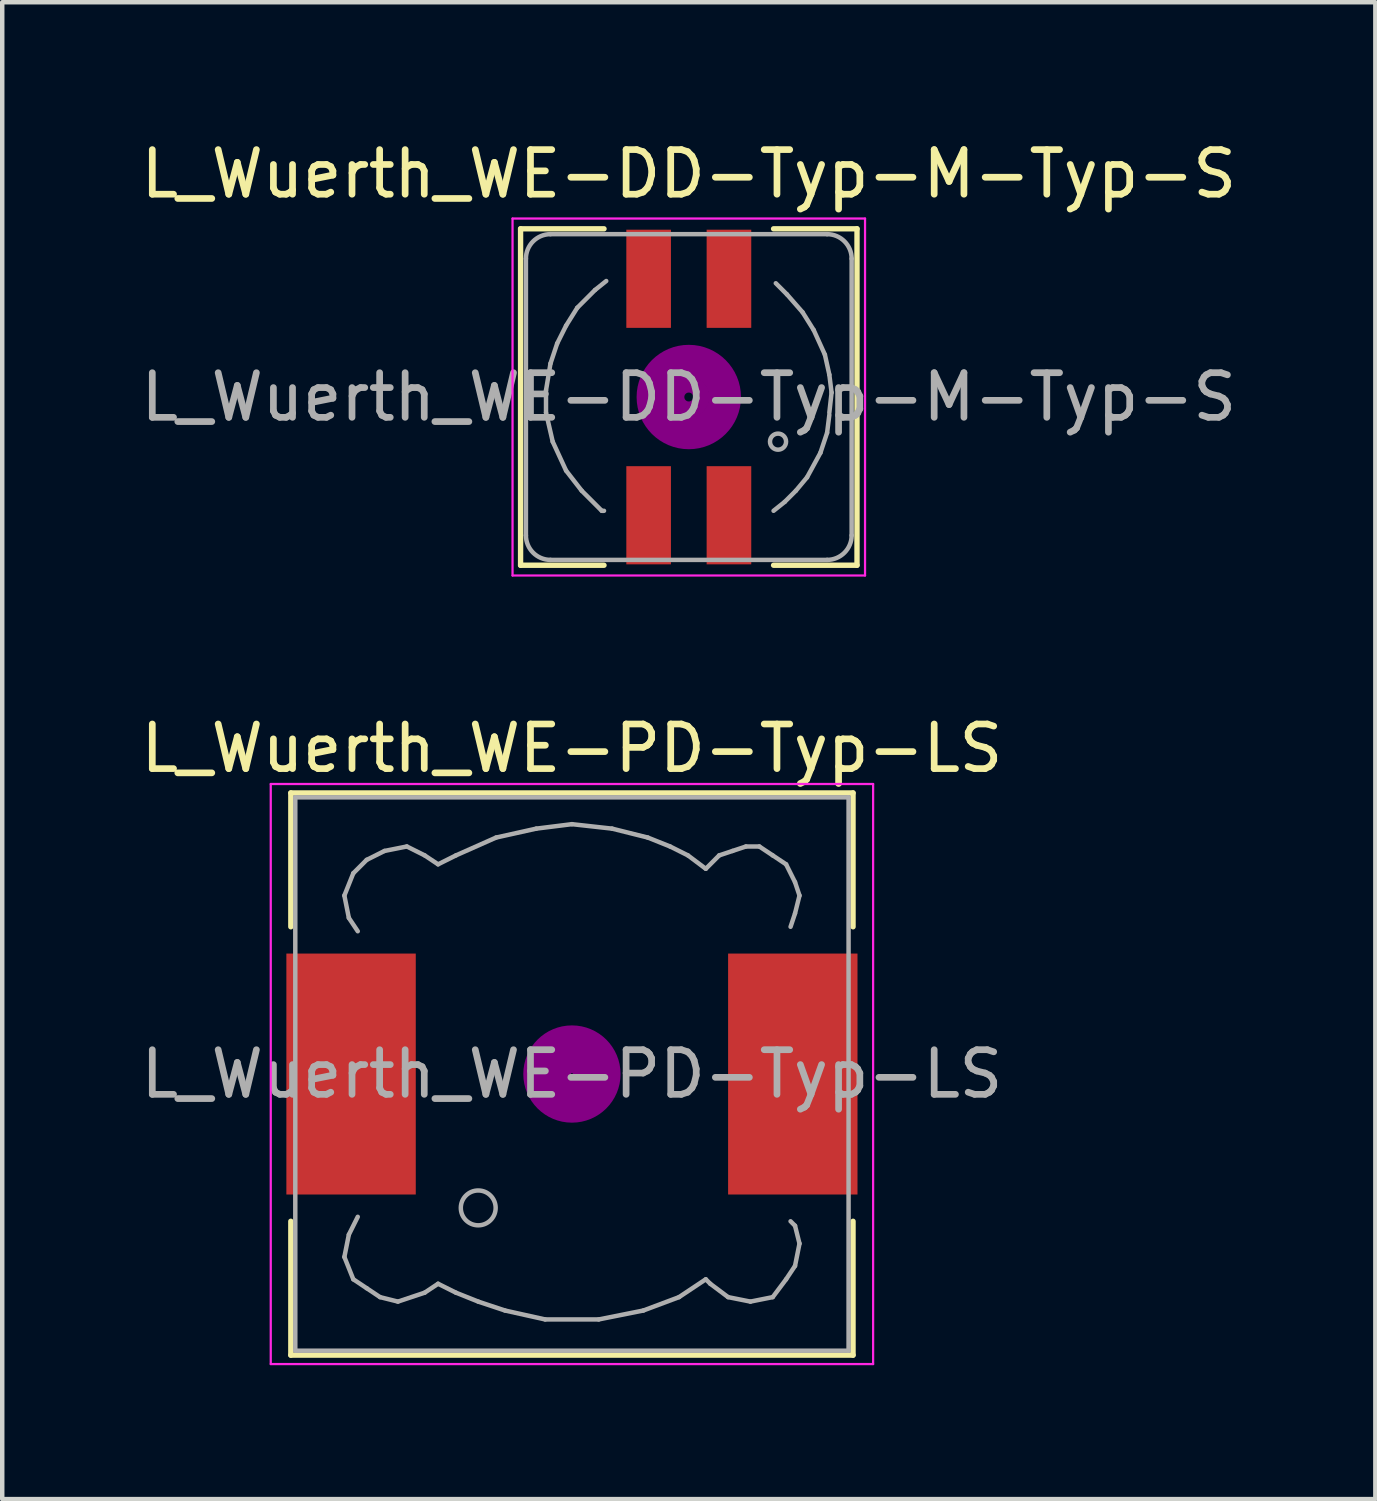
<source format=kicad_pcb>
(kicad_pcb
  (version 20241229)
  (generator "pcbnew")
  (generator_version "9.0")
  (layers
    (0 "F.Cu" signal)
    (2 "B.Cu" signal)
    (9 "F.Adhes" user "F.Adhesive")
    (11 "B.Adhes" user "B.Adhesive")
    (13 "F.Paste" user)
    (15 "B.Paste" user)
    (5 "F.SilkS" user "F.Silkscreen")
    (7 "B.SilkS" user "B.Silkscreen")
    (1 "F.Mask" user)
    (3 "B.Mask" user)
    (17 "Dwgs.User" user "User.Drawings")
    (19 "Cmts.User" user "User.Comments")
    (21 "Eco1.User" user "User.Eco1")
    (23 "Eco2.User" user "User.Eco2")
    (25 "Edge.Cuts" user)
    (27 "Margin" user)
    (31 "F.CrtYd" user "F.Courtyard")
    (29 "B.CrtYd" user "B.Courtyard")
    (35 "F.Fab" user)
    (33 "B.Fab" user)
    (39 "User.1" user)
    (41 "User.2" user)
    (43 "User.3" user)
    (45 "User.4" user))
  (footprint "L_Wuerth_WE-PD-Typ-LS"
    (layer "F.Cu")
    (at 9.768 21.021)
    (property "Reference" "L_Wuerth_WE-PD-Typ-LS" (at 0 -7.3 0) (layer "F.SilkS") (effects (font (size 1 1) (thickness 0.15))))
    (attr smd)
    (fp_line (start -6.3 -6.3) (end 6.3 -6.3) (stroke (width 0.12) (type solid)) (layer "F.SilkS"))
    (fp_line (start -6.3 -3.3) (end -6.3 -6.3) (stroke (width 0.12) (type solid)) (layer "F.SilkS"))
    (fp_line (start -6.3 6.3) (end -6.3 3.3) (stroke (width 0.12) (type solid)) (layer "F.SilkS"))
    (fp_line (start 6.3 -6.3) (end 6.3 -3.3) (stroke (width 0.12) (type solid)) (layer "F.SilkS"))
    (fp_line (start 6.3 3.3) (end 6.3 6.3) (stroke (width 0.12) (type solid)) (layer "F.SilkS"))
    (fp_line (start 6.3 6.3) (end -6.3 6.3) (stroke (width 0.12) (type solid)) (layer "F.SilkS"))
    (fp_circle (center 0 0) (end 0.15 0.15) (stroke (width 0.38) (type solid)) (fill no) (layer "F.Adhes"))
    (fp_circle (center 0 0) (end 0.55 0) (stroke (width 0.38) (type solid)) (fill no) (layer "F.Adhes"))
    (fp_circle (center 0 0) (end 0.9 0) (stroke (width 0.38) (type solid)) (fill no) (layer "F.Adhes"))
    (fp_line (start -6.75 -6.5) (end 6.75 -6.5) (stroke (width 0.05) (type solid)) (layer "F.CrtYd"))
    (fp_line (start -6.75 6.5) (end -6.75 -6.5) (stroke (width 0.05) (type solid)) (layer "F.CrtYd"))
    (fp_line (start 6.75 -6.5) (end 6.75 6.5) (stroke (width 0.05) (type solid)) (layer "F.CrtYd"))
    (fp_line (start 6.75 6.5) (end -6.75 6.5) (stroke (width 0.05) (type solid)) (layer "F.CrtYd"))
    (fp_line (start -6.2 -6.2) (end -6.2 6.2) (stroke (width 0.1) (type solid)) (layer "F.Fab"))
    (fp_line (start -6.2 6.2) (end 6.2 6.2) (stroke (width 0.1) (type solid)) (layer "F.Fab"))
    (fp_line (start -5.1 -4) (end -5 -3.5) (stroke (width 0.1) (type solid)) (layer "F.Fab"))
    (fp_line (start -5.1 4.1) (end -5 3.6) (stroke (width 0.1) (type solid)) (layer "F.Fab"))
    (fp_line (start -5 -3.5) (end -4.8 -3.2) (stroke (width 0.1) (type solid)) (layer "F.Fab"))
    (fp_line (start -5 3.6) (end -4.8 3.2) (stroke (width 0.1) (type solid)) (layer "F.Fab"))
    (fp_line (start -4.9 -4.5) (end -5.1 -4) (stroke (width 0.1) (type solid)) (layer "F.Fab"))
    (fp_line (start -4.9 4.6) (end -5.1 4.1) (stroke (width 0.1) (type solid)) (layer "F.Fab"))
    (fp_line (start -4.6 -4.8) (end -4.9 -4.5) (stroke (width 0.1) (type solid)) (layer "F.Fab"))
    (fp_line (start -4.6 4.8) (end -4.9 4.6) (stroke (width 0.1) (type solid)) (layer "F.Fab"))
    (fp_line (start -4.3 5) (end -4.6 4.8) (stroke (width 0.1) (type solid)) (layer "F.Fab"))
    (fp_line (start -4.2 -5) (end -4.6 -4.8) (stroke (width 0.1) (type solid)) (layer "F.Fab"))
    (fp_line (start -3.9 5.1) (end -4.3 5) (stroke (width 0.1) (type solid)) (layer "F.Fab"))
    (fp_line (start -3.7 -5.1) (end -4.2 -5) (stroke (width 0.1) (type solid)) (layer "F.Fab"))
    (fp_line (start -3.3 -4.9) (end -3.7 -5.1) (stroke (width 0.1) (type solid)) (layer "F.Fab"))
    (fp_line (start -3.3 4.9) (end -3.9 5.1) (stroke (width 0.1) (type solid)) (layer "F.Fab"))
    (fp_line (start -3 -4.7) (end -3.3 -4.9) (stroke (width 0.1) (type solid)) (layer "F.Fab"))
    (fp_line (start -3 4.7) (end -3.3 4.9) (stroke (width 0.1) (type solid)) (layer "F.Fab"))
    (fp_line (start -2.6 -4.9) (end -3 -4.7) (stroke (width 0.1) (type solid)) (layer "F.Fab"))
    (fp_line (start -2.6 4.9) (end -3 4.7) (stroke (width 0.1) (type solid)) (layer "F.Fab"))
    (fp_line (start -2.1 5.1) (end -2.6 4.9) (stroke (width 0.1) (type solid)) (layer "F.Fab"))
    (fp_line (start -1.7 -5.3) (end -2.6 -4.9) (stroke (width 0.1) (type solid)) (layer "F.Fab"))
    (fp_line (start -1.5 5.3) (end -2.1 5.1) (stroke (width 0.1) (type solid)) (layer "F.Fab"))
    (fp_line (start -0.8 -5.5) (end -1.7 -5.3) (stroke (width 0.1) (type solid)) (layer "F.Fab"))
    (fp_line (start -0.6 5.5) (end -1.5 5.3) (stroke (width 0.1) (type solid)) (layer "F.Fab"))
    (fp_line (start 0 -5.6) (end -0.8 -5.5) (stroke (width 0.1) (type solid)) (layer "F.Fab"))
    (fp_line (start 0.6 5.5) (end -0.6 5.5) (stroke (width 0.1) (type solid)) (layer "F.Fab"))
    (fp_line (start 0.9 -5.5) (end 0 -5.6) (stroke (width 0.1) (type solid)) (layer "F.Fab"))
    (fp_line (start 1.6 5.3) (end 0.6 5.5) (stroke (width 0.1) (type solid)) (layer "F.Fab"))
    (fp_line (start 1.7 -5.3) (end 0.9 -5.5) (stroke (width 0.1) (type solid)) (layer "F.Fab"))
    (fp_line (start 2.2 -5.1) (end 1.7 -5.3) (stroke (width 0.1) (type solid)) (layer "F.Fab"))
    (fp_line (start 2.4 5) (end 1.6 5.3) (stroke (width 0.1) (type solid)) (layer "F.Fab"))
    (fp_line (start 2.6 -4.9) (end 2.2 -5.1) (stroke (width 0.1) (type solid)) (layer "F.Fab"))
    (fp_line (start 3 -4.6) (end 2.6 -4.9) (stroke (width 0.1) (type solid)) (layer "F.Fab"))
    (fp_line (start 3 4.6) (end 2.4 5) (stroke (width 0.1) (type solid)) (layer "F.Fab"))
    (fp_line (start 3.1 4.7) (end 3 4.6) (stroke (width 0.1) (type solid)) (layer "F.Fab"))
    (fp_line (start 3.3 -4.9) (end 3 -4.6) (stroke (width 0.1) (type solid)) (layer "F.Fab"))
    (fp_line (start 3.5 5) (end 3.1 4.7) (stroke (width 0.1) (type solid)) (layer "F.Fab"))
    (fp_line (start 3.6 -5) (end 3.3 -4.9) (stroke (width 0.1) (type solid)) (layer "F.Fab"))
    (fp_line (start 3.9 -5.1) (end 3.6 -5) (stroke (width 0.1) (type solid)) (layer "F.Fab"))
    (fp_line (start 4 5.1) (end 3.5 5) (stroke (width 0.1) (type solid)) (layer "F.Fab"))
    (fp_line (start 4.2 -5.1) (end 3.9 -5.1) (stroke (width 0.1) (type solid)) (layer "F.Fab"))
    (fp_line (start 4.5 -4.9) (end 4.2 -5.1) (stroke (width 0.1) (type solid)) (layer "F.Fab"))
    (fp_line (start 4.5 5) (end 4 5.1) (stroke (width 0.1) (type solid)) (layer "F.Fab"))
    (fp_line (start 4.8 -4.7) (end 4.5 -4.9) (stroke (width 0.1) (type solid)) (layer "F.Fab"))
    (fp_line (start 4.8 4.6) (end 4.5 5) (stroke (width 0.1) (type solid)) (layer "F.Fab"))
    (fp_line (start 4.9 -3.3) (end 5 -3.6) (stroke (width 0.1) (type solid)) (layer "F.Fab"))
    (fp_line (start 4.9 3.3) (end 5 3.4) (stroke (width 0.1) (type solid)) (layer "F.Fab"))
    (fp_line (start 5 -4.3) (end 4.8 -4.7) (stroke (width 0.1) (type solid)) (layer "F.Fab"))
    (fp_line (start 5 -3.6) (end 5.1 -4) (stroke (width 0.1) (type solid)) (layer "F.Fab"))
    (fp_line (start 5 3.4) (end 5.1 3.8) (stroke (width 0.1) (type solid)) (layer "F.Fab"))
    (fp_line (start 5 4.3) (end 4.8 4.6) (stroke (width 0.1) (type solid)) (layer "F.Fab"))
    (fp_line (start 5.1 -4) (end 5 -4.3) (stroke (width 0.1) (type solid)) (layer "F.Fab"))
    (fp_line (start 5.1 3.8) (end 5 4.3) (stroke (width 0.1) (type solid)) (layer "F.Fab"))
    (fp_line (start 6.2 -6.2) (end -6.2 -6.2) (stroke (width 0.1) (type solid)) (layer "F.Fab"))
    (fp_line (start 6.2 6.2) (end 6.2 -6.2) (stroke (width 0.1) (type solid)) (layer "F.Fab"))
    (fp_circle (center -2.1 3) (end -1.8 3.25) (stroke (width 0.1) (type solid)) (fill no) (layer "F.Fab"))
    (fp_text user "${REFERENCE}" (at 0 0 0) (layer "F.Fab") (effects (font (size 1 1) (thickness 0.15))))
    (pad "1" smd rect (at -4.95 0) (size 2.9 5.4) (layers "F.Cu" "F.Mask" "F.Paste"))
    (pad "2" smd rect (at 4.95 0) (size 2.9 5.4) (layers "F.Cu" "F.Mask" "F.Paste")))
  (footprint "L_Wuerth_WE-DD-Typ-M-Typ-S"
    (layer "F.Cu")
    (at 12.387 5.848)
    (property "Reference" "L_Wuerth_WE-DD-Typ-M-Typ-S" (at 0 -5 0) (layer "F.SilkS") (effects (font (size 1 1) (thickness 0.15))))
    (attr smd)
    (fp_line (start -3.77 -3.77) (end -1.9 -3.77) (stroke (width 0.12) (type solid)) (layer "F.SilkS"))
    (fp_line (start -3.77 3.77) (end -3.77 -3.77) (stroke (width 0.12) (type solid)) (layer "F.SilkS"))
    (fp_line (start -1.9 3.77) (end -3.77 3.77) (stroke (width 0.12) (type solid)) (layer "F.SilkS"))
    (fp_line (start 1.9 -3.77) (end 3.77 -3.77) (stroke (width 0.12) (type solid)) (layer "F.SilkS"))
    (fp_line (start 3.77 -3.77) (end 3.77 3.77) (stroke (width 0.12) (type solid)) (layer "F.SilkS"))
    (fp_line (start 3.77 3.77) (end 1.9 3.77) (stroke (width 0.12) (type solid)) (layer "F.SilkS"))
    (fp_circle (center 0 0) (end 0.1 0) (stroke (width 0.3) (type solid)) (fill no) (layer "F.Adhes"))
    (fp_circle (center 0 0) (end 0.3 -0.1) (stroke (width 0.3) (type solid)) (fill no) (layer "F.Adhes"))
    (fp_circle (center 0 0) (end 0.6 0) (stroke (width 0.3) (type solid)) (fill no) (layer "F.Adhes"))
    (fp_circle (center 0 0) (end 0.8 -0.1) (stroke (width 0.3) (type solid)) (fill no) (layer "F.Adhes"))
    (fp_circle (center 0 0) (end 1 -0.2) (stroke (width 0.3) (type solid)) (fill no) (layer "F.Adhes"))
    (fp_circle (center 0.8 0) (end 0.8 0) (stroke (width 0.3) (type solid)) (fill no) (layer "F.Adhes"))
    (fp_line (start -3.95 -4) (end 3.95 -4) (stroke (width 0.05) (type solid)) (layer "F.CrtYd"))
    (fp_line (start -3.95 4) (end -3.95 -4) (stroke (width 0.05) (type solid)) (layer "F.CrtYd"))
    (fp_line (start 3.95 -4) (end 3.95 4) (stroke (width 0.05) (type solid)) (layer "F.CrtYd"))
    (fp_line (start 3.95 4) (end -3.95 4) (stroke (width 0.05) (type solid)) (layer "F.CrtYd"))
    (fp_line (start -3.65 -3.1) (end -3.65 3.1) (stroke (width 0.1) (type solid)) (layer "F.Fab"))
    (fp_line (start -3.2 -0.15) (end -3.2 0.35) (stroke (width 0.1) (type solid)) (layer "F.Fab"))
    (fp_line (start -3.2 0.35) (end -3.05 1) (stroke (width 0.1) (type solid)) (layer "F.Fab"))
    (fp_line (start -3.1 -0.75) (end -3.2 -0.15) (stroke (width 0.1) (type solid)) (layer "F.Fab"))
    (fp_line (start -3.1 3.65) (end 3.1 3.65) (stroke (width 0.1) (type solid)) (layer "F.Fab"))
    (fp_line (start -3.05 1) (end -2.75 1.65) (stroke (width 0.1) (type solid)) (layer "F.Fab"))
    (fp_line (start -2.95 -1.2) (end -3.1 -0.75) (stroke (width 0.1) (type solid)) (layer "F.Fab"))
    (fp_line (start -2.75 -1.6) (end -2.95 -1.2) (stroke (width 0.1) (type solid)) (layer "F.Fab"))
    (fp_line (start -2.75 1.65) (end -2.4 2.1) (stroke (width 0.1) (type solid)) (layer "F.Fab"))
    (fp_line (start -2.5 -2) (end -2.75 -1.6) (stroke (width 0.1) (type solid)) (layer "F.Fab"))
    (fp_line (start -2.4 2.1) (end -1.95 2.55) (stroke (width 0.1) (type solid)) (layer "F.Fab"))
    (fp_line (start -2.1 -2.4) (end -2.5 -2) (stroke (width 0.1) (type solid)) (layer "F.Fab"))
    (fp_line (start -1.95 2.55) (end -1.9 2.55) (stroke (width 0.1) (type solid)) (layer "F.Fab"))
    (fp_line (start -1.85 -2.6) (end -2.1 -2.4) (stroke (width 0.1) (type solid)) (layer "F.Fab"))
    (fp_line (start 1.95 -2.55) (end 2.2 -2.3) (stroke (width 0.1) (type solid)) (layer "F.Fab"))
    (fp_line (start 2.15 2.35) (end 1.9 2.55) (stroke (width 0.1) (type solid)) (layer "F.Fab"))
    (fp_line (start 2.2 -2.3) (end 2.55 -1.9) (stroke (width 0.1) (type solid)) (layer "F.Fab"))
    (fp_line (start 2.4 2.1) (end 2.15 2.35) (stroke (width 0.1) (type solid)) (layer "F.Fab"))
    (fp_line (start 2.55 -1.9) (end 2.8 -1.5) (stroke (width 0.1) (type solid)) (layer "F.Fab"))
    (fp_line (start 2.65 1.8) (end 2.4 2.1) (stroke (width 0.1) (type solid)) (layer "F.Fab"))
    (fp_line (start 2.8 -1.5) (end 3.05 -0.95) (stroke (width 0.1) (type solid)) (layer "F.Fab"))
    (fp_line (start 2.95 1.25) (end 2.65 1.8) (stroke (width 0.1) (type solid)) (layer "F.Fab"))
    (fp_line (start 3.05 -0.95) (end 3.15 -0.5) (stroke (width 0.1) (type solid)) (layer "F.Fab"))
    (fp_line (start 3.1 -3.65) (end -3.1 -3.65) (stroke (width 0.1) (type solid)) (layer "F.Fab"))
    (fp_line (start 3.1 0.8) (end 2.95 1.25) (stroke (width 0.1) (type solid)) (layer "F.Fab"))
    (fp_line (start 3.15 -0.5) (end 3.2 -0.1) (stroke (width 0.1) (type solid)) (layer "F.Fab"))
    (fp_line (start 3.15 0.4) (end 3.1 0.8) (stroke (width 0.1) (type solid)) (layer "F.Fab"))
    (fp_line (start 3.2 -0.1) (end 3.15 0.35) (stroke (width 0.1) (type solid)) (layer "F.Fab"))
    (fp_line (start 3.65 -3.1) (end 3.65 3.1) (stroke (width 0.1) (type solid)) (layer "F.Fab"))
    (fp_arc (start -3.65 -3.1) (mid -3.488909 -3.488909) (end -3.1 -3.65) (stroke (width 0.1) (type solid)) (layer "F.Fab"))
    (fp_arc (start -3.1 3.65) (mid -3.488909 3.488909) (end -3.65 3.1) (stroke (width 0.1) (type solid)) (layer "F.Fab"))
    (fp_arc (start 3.1 -3.65) (mid 3.488909 -3.488909) (end 3.65 -3.1) (stroke (width 0.1) (type solid)) (layer "F.Fab"))
    (fp_arc (start 3.65 3.1) (mid 3.488909 3.488909) (end 3.1 3.65) (stroke (width 0.1) (type solid)) (layer "F.Fab"))
    (fp_circle (center 2 1) (end 2.15 0.9) (stroke (width 0.1) (type solid)) (fill no) (layer "F.Fab"))
    (fp_text user "${REFERENCE}" (at 0 0 0) (layer "F.Fab") (effects (font (size 1 1) (thickness 0.15))))
    (pad "1" smd rect (at -0.9 2.65) (size 1 2.2) (layers "F.Cu" "F.Mask" "F.Paste"))
    (pad "2" smd rect (at -0.9 -2.65) (size 1 2.2) (layers "F.Cu" "F.Mask" "F.Paste"))
    (pad "3" smd rect (at 0.9 -2.65) (size 1 2.2) (layers "F.Cu" "F.Mask" "F.Paste"))
    (pad "4" smd rect (at 0.9 2.65) (size 1 2.2) (layers "F.Cu" "F.Mask" "F.Paste")))
  (gr_rect
    (start -3 -3)
    (end 27.774 30.547)
    (stroke (width 0.1) (type default))
    (fill no)
    (layer "Edge.Cuts")))
</source>
